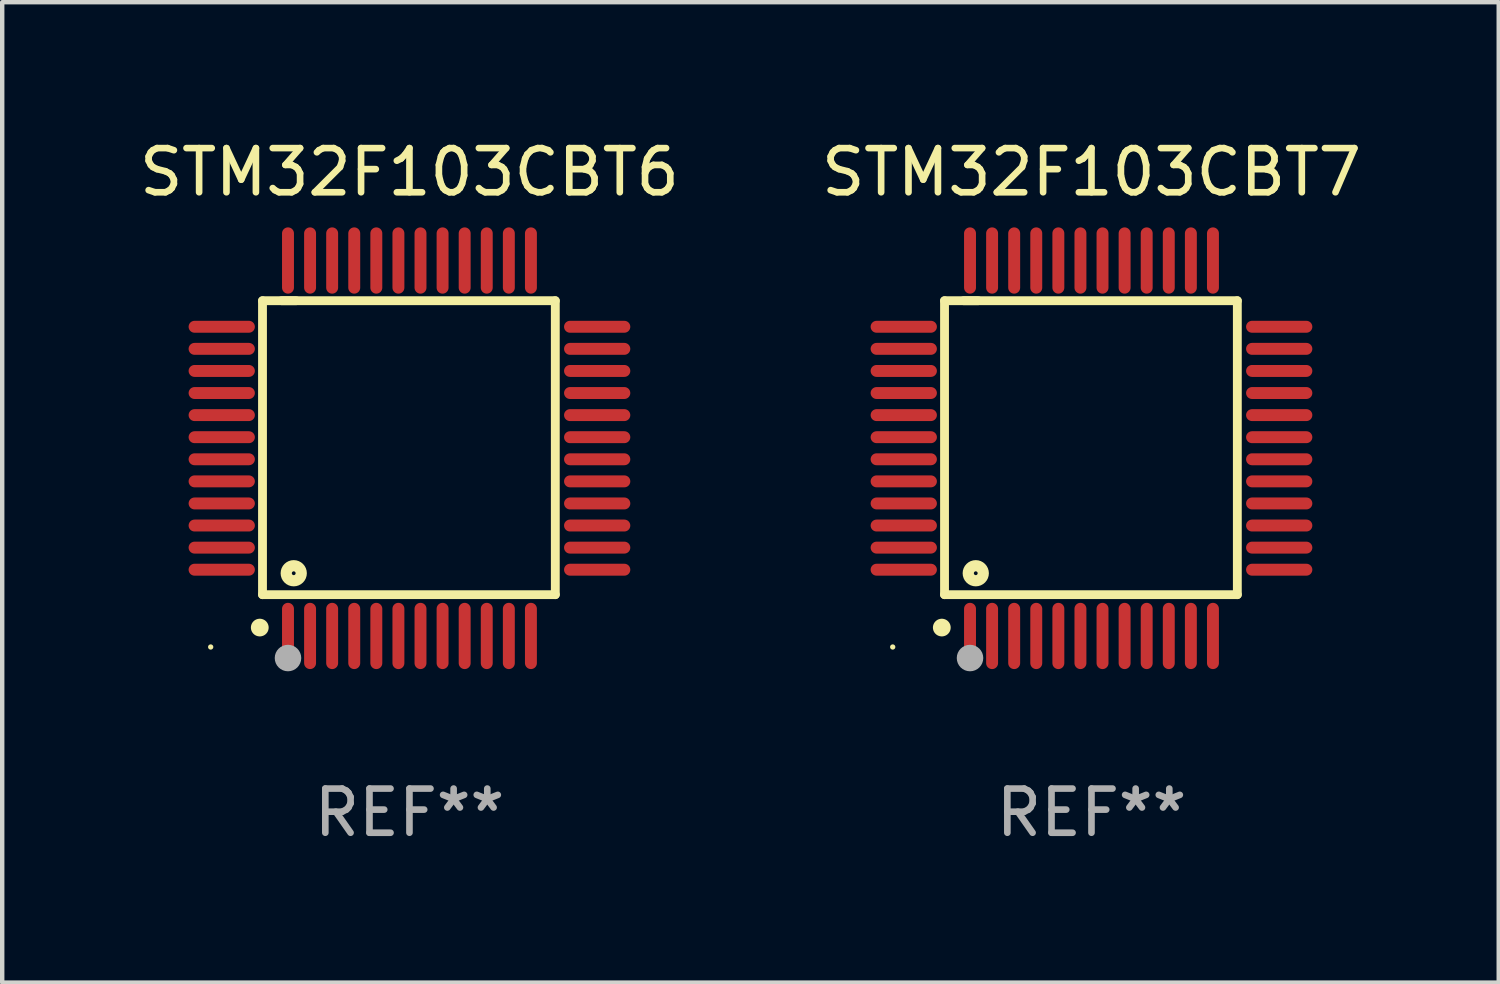
<source format=kicad_pcb>
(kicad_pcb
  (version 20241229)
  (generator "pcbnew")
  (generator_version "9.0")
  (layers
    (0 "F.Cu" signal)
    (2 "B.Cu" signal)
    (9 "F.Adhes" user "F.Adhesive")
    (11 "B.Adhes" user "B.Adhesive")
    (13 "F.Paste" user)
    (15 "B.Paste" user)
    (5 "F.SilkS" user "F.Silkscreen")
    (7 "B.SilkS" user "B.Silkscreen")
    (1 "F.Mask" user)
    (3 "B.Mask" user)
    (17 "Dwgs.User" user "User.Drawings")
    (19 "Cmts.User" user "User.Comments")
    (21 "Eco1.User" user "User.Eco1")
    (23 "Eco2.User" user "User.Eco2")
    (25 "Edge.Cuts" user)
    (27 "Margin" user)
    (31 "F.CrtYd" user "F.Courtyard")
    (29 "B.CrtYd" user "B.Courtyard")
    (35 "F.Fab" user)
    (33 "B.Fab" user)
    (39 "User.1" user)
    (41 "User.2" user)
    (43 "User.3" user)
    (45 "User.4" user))
  (footprint "STM32F103CBT6"
    (layer "F.Cu")
    (at 6.22 7.098)
    (property "Reference" "STM32F103CBT6" (at 0 -6.25 0) (layer "F.SilkS") (effects (font (size 1 1) (thickness 0.15))))
    (attr through_hole)
    (fp_line (start -3.327 -3.34) (end -2.565 -3.34) (stroke (width 0.2) (type solid)) (layer "F.SilkS"))
    (fp_line (start -3.327 3.315) (end -3.327 -3.34) (stroke (width 0.2) (type solid)) (layer "F.SilkS"))
    (fp_line (start -2.896 -3.34) (end 3.302 -3.34) (stroke (width 0.2) (type solid)) (layer "F.SilkS"))
    (fp_line (start 3.302 -3.34) (end 3.302 3.315) (stroke (width 0.2) (type solid)) (layer "F.SilkS"))
    (fp_line (start 3.302 3.315) (end -3.327 3.315) (stroke (width 0.2) (type solid)) (layer "F.SilkS"))
    (fp_arc (start -3.389992 4.059995) (mid -3.388722 4.059991) (end -3.387452 4.059995) (stroke (width 0.4) (type solid)) (layer "F.SilkS"))
    (fp_circle (center -4.5 4.5) (end -4.47 4.5) (stroke (width 0.06) (type solid)) (fill no) (layer "F.SilkS"))
    (fp_circle (center -2.62 2.83) (end -2.45 2.83) (stroke (width 0.254) (type solid)) (fill no) (layer "F.SilkS"))
    (fp_circle (center -2.75 4.75) (end -2.6 4.75) (stroke (width 0.3) (type solid)) (fill no) (layer "F.Fab"))
    (fp_text user "REF**" (at 0 8.25 0) (layer "F.Fab") (effects (font (size 1 1) (thickness 0.15))))
    (pad "1" smd oval (at -2.75 4.25) (size 0.27 1.5) (layers "F.Cu" "F.Mask" "F.Paste"))
    (pad "2" smd oval (at -2.25 4.25) (size 0.27 1.5) (layers "F.Cu" "F.Mask" "F.Paste"))
    (pad "3" smd oval (at -1.75 4.25) (size 0.27 1.5) (layers "F.Cu" "F.Mask" "F.Paste"))
    (pad "4" smd oval (at -1.25 4.25) (size 0.27 1.5) (layers "F.Cu" "F.Mask" "F.Paste"))
    (pad "5" smd oval (at -0.75 4.25) (size 0.27 1.5) (layers "F.Cu" "F.Mask" "F.Paste"))
    (pad "6" smd oval (at -0.25 4.25) (size 0.27 1.5) (layers "F.Cu" "F.Mask" "F.Paste"))
    (pad "7" smd oval (at 0.25 4.25) (size 0.27 1.5) (layers "F.Cu" "F.Mask" "F.Paste"))
    (pad "8" smd oval (at 0.75 4.25) (size 0.27 1.5) (layers "F.Cu" "F.Mask" "F.Paste"))
    (pad "9" smd oval (at 1.25 4.25) (size 0.27 1.5) (layers "F.Cu" "F.Mask" "F.Paste"))
    (pad "10" smd oval (at 1.75 4.25) (size 0.27 1.5) (layers "F.Cu" "F.Mask" "F.Paste"))
    (pad "11" smd oval (at 2.25 4.25) (size 0.27 1.5) (layers "F.Cu" "F.Mask" "F.Paste"))
    (pad "12" smd oval (at 2.75 4.25) (size 0.27 1.5) (layers "F.Cu" "F.Mask" "F.Paste"))
    (pad "13" smd oval (at 4.25 2.75) (size 1.5 0.27) (layers "F.Cu" "F.Mask" "F.Paste"))
    (pad "14" smd oval (at 4.25 2.25) (size 1.5 0.27) (layers "F.Cu" "F.Mask" "F.Paste"))
    (pad "15" smd oval (at 4.25 1.75) (size 1.5 0.27) (layers "F.Cu" "F.Mask" "F.Paste"))
    (pad "16" smd oval (at 4.25 1.25) (size 1.5 0.27) (layers "F.Cu" "F.Mask" "F.Paste"))
    (pad "17" smd oval (at 4.25 0.75) (size 1.5 0.27) (layers "F.Cu" "F.Mask" "F.Paste"))
    (pad "18" smd oval (at 4.25 0.25) (size 1.5 0.27) (layers "F.Cu" "F.Mask" "F.Paste"))
    (pad "19" smd oval (at 4.25 -0.25) (size 1.5 0.27) (layers "F.Cu" "F.Mask" "F.Paste"))
    (pad "20" smd oval (at 4.25 -0.75) (size 1.5 0.27) (layers "F.Cu" "F.Mask" "F.Paste"))
    (pad "21" smd oval (at 4.25 -1.25) (size 1.5 0.27) (layers "F.Cu" "F.Mask" "F.Paste"))
    (pad "22" smd oval (at 4.25 -1.75) (size 1.5 0.27) (layers "F.Cu" "F.Mask" "F.Paste"))
    (pad "23" smd oval (at 4.25 -2.25) (size 1.5 0.27) (layers "F.Cu" "F.Mask" "F.Paste"))
    (pad "24" smd oval (at 4.25 -2.75) (size 1.5 0.27) (layers "F.Cu" "F.Mask" "F.Paste"))
    (pad "25" smd oval (at 2.75 -4.25) (size 0.27 1.5) (layers "F.Cu" "F.Mask" "F.Paste"))
    (pad "26" smd oval (at 2.25 -4.25) (size 0.27 1.5) (layers "F.Cu" "F.Mask" "F.Paste"))
    (pad "27" smd oval (at 1.75 -4.25) (size 0.27 1.5) (layers "F.Cu" "F.Mask" "F.Paste"))
    (pad "28" smd oval (at 1.25 -4.25) (size 0.27 1.5) (layers "F.Cu" "F.Mask" "F.Paste"))
    (pad "29" smd oval (at 0.75 -4.25) (size 0.27 1.5) (layers "F.Cu" "F.Mask" "F.Paste"))
    (pad "30" smd oval (at 0.25 -4.25) (size 0.27 1.5) (layers "F.Cu" "F.Mask" "F.Paste"))
    (pad "31" smd oval (at -0.25 -4.25) (size 0.27 1.5) (layers "F.Cu" "F.Mask" "F.Paste"))
    (pad "32" smd oval (at -0.75 -4.25) (size 0.27 1.5) (layers "F.Cu" "F.Mask" "F.Paste"))
    (pad "33" smd oval (at -1.25 -4.25) (size 0.27 1.5) (layers "F.Cu" "F.Mask" "F.Paste"))
    (pad "34" smd oval (at -1.75 -4.25) (size 0.27 1.5) (layers "F.Cu" "F.Mask" "F.Paste"))
    (pad "35" smd oval (at -2.25 -4.25) (size 0.27 1.5) (layers "F.Cu" "F.Mask" "F.Paste"))
    (pad "36" smd oval (at -2.75 -4.25) (size 0.27 1.5) (layers "F.Cu" "F.Mask" "F.Paste"))
    (pad "37" smd oval (at -4.25 -2.75) (size 1.5 0.27) (layers "F.Cu" "F.Mask" "F.Paste"))
    (pad "38" smd oval (at -4.25 -2.25) (size 1.5 0.27) (layers "F.Cu" "F.Mask" "F.Paste"))
    (pad "39" smd oval (at -4.25 -1.75) (size 1.5 0.27) (layers "F.Cu" "F.Mask" "F.Paste"))
    (pad "40" smd oval (at -4.25 -1.25) (size 1.5 0.27) (layers "F.Cu" "F.Mask" "F.Paste"))
    (pad "41" smd oval (at -4.25 -0.75) (size 1.5 0.27) (layers "F.Cu" "F.Mask" "F.Paste"))
    (pad "42" smd oval (at -4.25 -0.25) (size 1.5 0.27) (layers "F.Cu" "F.Mask" "F.Paste"))
    (pad "43" smd oval (at -4.25 0.25) (size 1.5 0.27) (layers "F.Cu" "F.Mask" "F.Paste"))
    (pad "44" smd oval (at -4.25 0.75) (size 1.5 0.27) (layers "F.Cu" "F.Mask" "F.Paste"))
    (pad "45" smd oval (at -4.25 1.25) (size 1.5 0.27) (layers "F.Cu" "F.Mask" "F.Paste"))
    (pad "46" smd oval (at -4.25 1.75) (size 1.5 0.27) (layers "F.Cu" "F.Mask" "F.Paste"))
    (pad "47" smd oval (at -4.25 2.25) (size 1.5 0.27) (layers "F.Cu" "F.Mask" "F.Paste"))
    (pad "48" smd oval (at -4.25 2.75) (size 1.5 0.27) (layers "F.Cu" "F.Mask" "F.Paste")))
  (footprint "STM32F103CBT7"
    (layer "F.Cu")
    (at 21.661 7.098)
    (property "Reference" "STM32F103CBT7" (at 0 -6.25 0) (layer "F.SilkS") (effects (font (size 1 1) (thickness 0.15))))
    (attr through_hole)
    (fp_line (start -3.327 -3.34) (end -2.565 -3.34) (stroke (width 0.2) (type solid)) (layer "F.SilkS"))
    (fp_line (start -3.327 3.315) (end -3.327 -3.34) (stroke (width 0.2) (type solid)) (layer "F.SilkS"))
    (fp_line (start -2.896 -3.34) (end 3.302 -3.34) (stroke (width 0.2) (type solid)) (layer "F.SilkS"))
    (fp_line (start 3.302 -3.34) (end 3.302 3.315) (stroke (width 0.2) (type solid)) (layer "F.SilkS"))
    (fp_line (start 3.302 3.315) (end -3.327 3.315) (stroke (width 0.2) (type solid)) (layer "F.SilkS"))
    (fp_arc (start -3.389992 4.059995) (mid -3.388722 4.059991) (end -3.387452 4.059995) (stroke (width 0.4) (type solid)) (layer "F.SilkS"))
    (fp_circle (center -4.5 4.5) (end -4.47 4.5) (stroke (width 0.06) (type solid)) (fill no) (layer "F.SilkS"))
    (fp_circle (center -2.62 2.83) (end -2.45 2.83) (stroke (width 0.254) (type solid)) (fill no) (layer "F.SilkS"))
    (fp_circle (center -2.75 4.75) (end -2.6 4.75) (stroke (width 0.3) (type solid)) (fill no) (layer "F.Fab"))
    (fp_text user "REF**" (at 0 8.25 0) (layer "F.Fab") (effects (font (size 1 1) (thickness 0.15))))
    (pad "1" smd oval (at -2.75 4.25) (size 0.27 1.5) (layers "F.Cu" "F.Mask" "F.Paste"))
    (pad "2" smd oval (at -2.25 4.25) (size 0.27 1.5) (layers "F.Cu" "F.Mask" "F.Paste"))
    (pad "3" smd oval (at -1.75 4.25) (size 0.27 1.5) (layers "F.Cu" "F.Mask" "F.Paste"))
    (pad "4" smd oval (at -1.25 4.25) (size 0.27 1.5) (layers "F.Cu" "F.Mask" "F.Paste"))
    (pad "5" smd oval (at -0.75 4.25) (size 0.27 1.5) (layers "F.Cu" "F.Mask" "F.Paste"))
    (pad "6" smd oval (at -0.25 4.25) (size 0.27 1.5) (layers "F.Cu" "F.Mask" "F.Paste"))
    (pad "7" smd oval (at 0.25 4.25) (size 0.27 1.5) (layers "F.Cu" "F.Mask" "F.Paste"))
    (pad "8" smd oval (at 0.75 4.25) (size 0.27 1.5) (layers "F.Cu" "F.Mask" "F.Paste"))
    (pad "9" smd oval (at 1.25 4.25) (size 0.27 1.5) (layers "F.Cu" "F.Mask" "F.Paste"))
    (pad "10" smd oval (at 1.75 4.25) (size 0.27 1.5) (layers "F.Cu" "F.Mask" "F.Paste"))
    (pad "11" smd oval (at 2.25 4.25) (size 0.27 1.5) (layers "F.Cu" "F.Mask" "F.Paste"))
    (pad "12" smd oval (at 2.75 4.25) (size 0.27 1.5) (layers "F.Cu" "F.Mask" "F.Paste"))
    (pad "13" smd oval (at 4.25 2.75) (size 1.5 0.27) (layers "F.Cu" "F.Mask" "F.Paste"))
    (pad "14" smd oval (at 4.25 2.25) (size 1.5 0.27) (layers "F.Cu" "F.Mask" "F.Paste"))
    (pad "15" smd oval (at 4.25 1.75) (size 1.5 0.27) (layers "F.Cu" "F.Mask" "F.Paste"))
    (pad "16" smd oval (at 4.25 1.25) (size 1.5 0.27) (layers "F.Cu" "F.Mask" "F.Paste"))
    (pad "17" smd oval (at 4.25 0.75) (size 1.5 0.27) (layers "F.Cu" "F.Mask" "F.Paste"))
    (pad "18" smd oval (at 4.25 0.25) (size 1.5 0.27) (layers "F.Cu" "F.Mask" "F.Paste"))
    (pad "19" smd oval (at 4.25 -0.25) (size 1.5 0.27) (layers "F.Cu" "F.Mask" "F.Paste"))
    (pad "20" smd oval (at 4.25 -0.75) (size 1.5 0.27) (layers "F.Cu" "F.Mask" "F.Paste"))
    (pad "21" smd oval (at 4.25 -1.25) (size 1.5 0.27) (layers "F.Cu" "F.Mask" "F.Paste"))
    (pad "22" smd oval (at 4.25 -1.75) (size 1.5 0.27) (layers "F.Cu" "F.Mask" "F.Paste"))
    (pad "23" smd oval (at 4.25 -2.25) (size 1.5 0.27) (layers "F.Cu" "F.Mask" "F.Paste"))
    (pad "24" smd oval (at 4.25 -2.75) (size 1.5 0.27) (layers "F.Cu" "F.Mask" "F.Paste"))
    (pad "25" smd oval (at 2.75 -4.25) (size 0.27 1.5) (layers "F.Cu" "F.Mask" "F.Paste"))
    (pad "26" smd oval (at 2.25 -4.25) (size 0.27 1.5) (layers "F.Cu" "F.Mask" "F.Paste"))
    (pad "27" smd oval (at 1.75 -4.25) (size 0.27 1.5) (layers "F.Cu" "F.Mask" "F.Paste"))
    (pad "28" smd oval (at 1.25 -4.25) (size 0.27 1.5) (layers "F.Cu" "F.Mask" "F.Paste"))
    (pad "29" smd oval (at 0.75 -4.25) (size 0.27 1.5) (layers "F.Cu" "F.Mask" "F.Paste"))
    (pad "30" smd oval (at 0.25 -4.25) (size 0.27 1.5) (layers "F.Cu" "F.Mask" "F.Paste"))
    (pad "31" smd oval (at -0.25 -4.25) (size 0.27 1.5) (layers "F.Cu" "F.Mask" "F.Paste"))
    (pad "32" smd oval (at -0.75 -4.25) (size 0.27 1.5) (layers "F.Cu" "F.Mask" "F.Paste"))
    (pad "33" smd oval (at -1.25 -4.25) (size 0.27 1.5) (layers "F.Cu" "F.Mask" "F.Paste"))
    (pad "34" smd oval (at -1.75 -4.25) (size 0.27 1.5) (layers "F.Cu" "F.Mask" "F.Paste"))
    (pad "35" smd oval (at -2.25 -4.25) (size 0.27 1.5) (layers "F.Cu" "F.Mask" "F.Paste"))
    (pad "36" smd oval (at -2.75 -4.25) (size 0.27 1.5) (layers "F.Cu" "F.Mask" "F.Paste"))
    (pad "37" smd oval (at -4.25 -2.75) (size 1.5 0.27) (layers "F.Cu" "F.Mask" "F.Paste"))
    (pad "38" smd oval (at -4.25 -2.25) (size 1.5 0.27) (layers "F.Cu" "F.Mask" "F.Paste"))
    (pad "39" smd oval (at -4.25 -1.75) (size 1.5 0.27) (layers "F.Cu" "F.Mask" "F.Paste"))
    (pad "40" smd oval (at -4.25 -1.25) (size 1.5 0.27) (layers "F.Cu" "F.Mask" "F.Paste"))
    (pad "41" smd oval (at -4.25 -0.75) (size 1.5 0.27) (layers "F.Cu" "F.Mask" "F.Paste"))
    (pad "42" smd oval (at -4.25 -0.25) (size 1.5 0.27) (layers "F.Cu" "F.Mask" "F.Paste"))
    (pad "43" smd oval (at -4.25 0.25) (size 1.5 0.27) (layers "F.Cu" "F.Mask" "F.Paste"))
    (pad "44" smd oval (at -4.25 0.75) (size 1.5 0.27) (layers "F.Cu" "F.Mask" "F.Paste"))
    (pad "45" smd oval (at -4.25 1.25) (size 1.5 0.27) (layers "F.Cu" "F.Mask" "F.Paste"))
    (pad "46" smd oval (at -4.25 1.75) (size 1.5 0.27) (layers "F.Cu" "F.Mask" "F.Paste"))
    (pad "47" smd oval (at -4.25 2.25) (size 1.5 0.27) (layers "F.Cu" "F.Mask" "F.Paste"))
    (pad "48" smd oval (at -4.25 2.75) (size 1.5 0.27) (layers "F.Cu" "F.Mask" "F.Paste")))
  (gr_rect
    (start -3 -3)
    (end 30.881 19.196)
    (stroke (width 0.1) (type default))
    (fill no)
    (layer "Edge.Cuts")))
</source>
